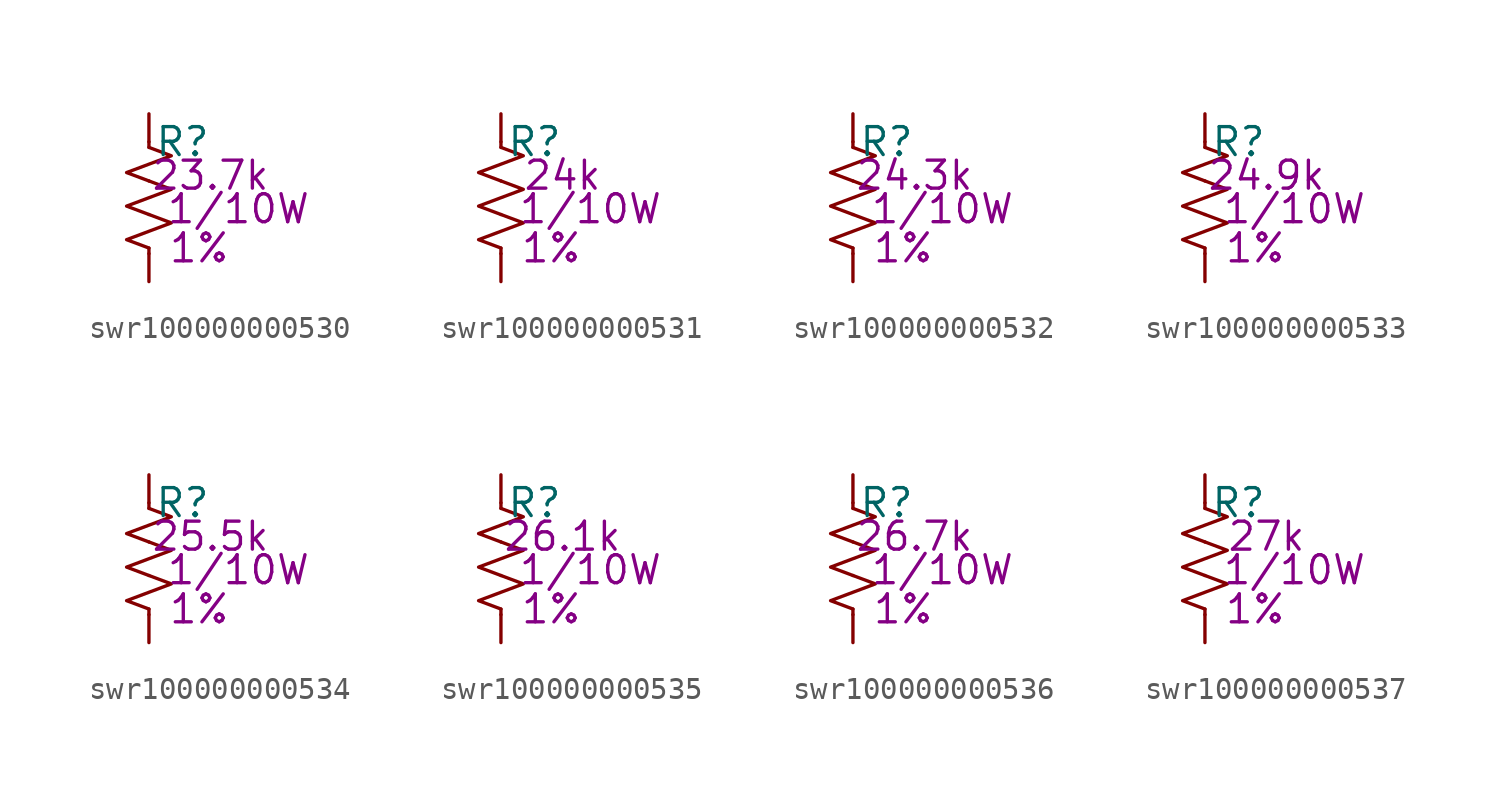
<source format=kicad_sym>
(kicad_symbol_lib
  (version 20211014)
  (generator kicad_symbol_editor)
  (symbol "swr100000000530"
    (pin_numbers hide)
    (pin_names
      (offset 1.016))
    (property "Reference" "R"
      (at 1.524 2.54 0)
      (effects (font (size 1.27 1.27))))
    (property "Tolerance" "1%"
      (at 2.286 -2.286 0)
      (effects (font (size 1.27 1.27))))
    (property "Wattage" "1/10W"
      (at 4.064 -0.508 0)
      (effects (font (size 1.27 1.27))))
    (property "PartValue" "23.7k"
      (at 2.794 1.016 0)
      (effects (font (size 1.27 1.27))))
    (symbol "swr100000000530_1_1"
      (polyline (pts (xy 0 -2.286) (xy 0 -2.54)) (stroke (width 0) (type default) (color 0 0 0 0)) (fill (type none)))
      (polyline (pts (xy 0 2.286) (xy 0 2.54)) (stroke (width 0) (type default) (color 0 0 0 0)) (fill (type none)))
      (polyline (pts (xy 0 -0.762) (xy 1.016 -1.143) (xy 0 -1.524) (xy -1.016 -1.905) (xy 0 -2.286)) (stroke (width 0) (type default) (color 0 0 0 0)) (fill (type none)))
      (polyline (pts (xy 0 0.762) (xy 1.016 0.381) (xy 0 0) (xy -1.016 -0.381) (xy 0 -0.762)) (stroke (width 0) (type default) (color 0 0 0 0)) (fill (type none)))
      (polyline (pts (xy 0 2.286) (xy 1.016 1.905) (xy 0 1.524) (xy -1.016 1.143) (xy 0 0.762)) (stroke (width 0) (type default) (color 0 0 0 0)) (fill (type none)))
      (pin passive line (at 0 3.81 270) (length 1.27) (name "~" (effects (font (size 1.27 1.27)))) (number "1" (effects (font (size 1.27 1.27)))))
      (pin passive line (at 0 -3.81 90) (length 1.27) (name "~" (effects (font (size 1.27 1.27)))) (number "2" (effects (font (size 1.27 1.27)))))))
  (symbol "swr100000000531"
    (pin_numbers hide)
    (pin_names
      (offset 1.016))
    (property "Reference" "R"
      (at 1.524 2.54 0)
      (effects (font (size 1.27 1.27))))
    (property "Tolerance" "1%"
      (at 2.286 -2.286 0)
      (effects (font (size 1.27 1.27))))
    (property "Wattage" "1/10W"
      (at 4.064 -0.508 0)
      (effects (font (size 1.27 1.27))))
    (property "PartValue" "24k"
      (at 2.794 1.016 0)
      (effects (font (size 1.27 1.27))))
    (symbol "swr100000000531_1_1"
      (polyline (pts (xy 0 -2.286) (xy 0 -2.54)) (stroke (width 0) (type default) (color 0 0 0 0)) (fill (type none)))
      (polyline (pts (xy 0 2.286) (xy 0 2.54)) (stroke (width 0) (type default) (color 0 0 0 0)) (fill (type none)))
      (polyline (pts (xy 0 -0.762) (xy 1.016 -1.143) (xy 0 -1.524) (xy -1.016 -1.905) (xy 0 -2.286)) (stroke (width 0) (type default) (color 0 0 0 0)) (fill (type none)))
      (polyline (pts (xy 0 0.762) (xy 1.016 0.381) (xy 0 0) (xy -1.016 -0.381) (xy 0 -0.762)) (stroke (width 0) (type default) (color 0 0 0 0)) (fill (type none)))
      (polyline (pts (xy 0 2.286) (xy 1.016 1.905) (xy 0 1.524) (xy -1.016 1.143) (xy 0 0.762)) (stroke (width 0) (type default) (color 0 0 0 0)) (fill (type none)))
      (pin passive line (at 0 3.81 270) (length 1.27) (name "~" (effects (font (size 1.27 1.27)))) (number "1" (effects (font (size 1.27 1.27)))))
      (pin passive line (at 0 -3.81 90) (length 1.27) (name "~" (effects (font (size 1.27 1.27)))) (number "2" (effects (font (size 1.27 1.27)))))))
  (symbol "swr100000000532"
    (pin_numbers hide)
    (pin_names
      (offset 1.016))
    (property "Reference" "R"
      (at 1.524 2.54 0)
      (effects (font (size 1.27 1.27))))
    (property "Tolerance" "1%"
      (at 2.286 -2.286 0)
      (effects (font (size 1.27 1.27))))
    (property "Wattage" "1/10W"
      (at 4.064 -0.508 0)
      (effects (font (size 1.27 1.27))))
    (property "PartValue" "24.3k"
      (at 2.794 1.016 0)
      (effects (font (size 1.27 1.27))))
    (symbol "swr100000000532_1_1"
      (polyline (pts (xy 0 -2.286) (xy 0 -2.54)) (stroke (width 0) (type default) (color 0 0 0 0)) (fill (type none)))
      (polyline (pts (xy 0 2.286) (xy 0 2.54)) (stroke (width 0) (type default) (color 0 0 0 0)) (fill (type none)))
      (polyline (pts (xy 0 -0.762) (xy 1.016 -1.143) (xy 0 -1.524) (xy -1.016 -1.905) (xy 0 -2.286)) (stroke (width 0) (type default) (color 0 0 0 0)) (fill (type none)))
      (polyline (pts (xy 0 0.762) (xy 1.016 0.381) (xy 0 0) (xy -1.016 -0.381) (xy 0 -0.762)) (stroke (width 0) (type default) (color 0 0 0 0)) (fill (type none)))
      (polyline (pts (xy 0 2.286) (xy 1.016 1.905) (xy 0 1.524) (xy -1.016 1.143) (xy 0 0.762)) (stroke (width 0) (type default) (color 0 0 0 0)) (fill (type none)))
      (pin passive line (at 0 3.81 270) (length 1.27) (name "~" (effects (font (size 1.27 1.27)))) (number "1" (effects (font (size 1.27 1.27)))))
      (pin passive line (at 0 -3.81 90) (length 1.27) (name "~" (effects (font (size 1.27 1.27)))) (number "2" (effects (font (size 1.27 1.27)))))))
  (symbol "swr100000000533"
    (pin_numbers hide)
    (pin_names
      (offset 1.016))
    (property "Reference" "R"
      (at 1.524 2.54 0)
      (effects (font (size 1.27 1.27))))
    (property "Tolerance" "1%"
      (at 2.286 -2.286 0)
      (effects (font (size 1.27 1.27))))
    (property "Wattage" "1/10W"
      (at 4.064 -0.508 0)
      (effects (font (size 1.27 1.27))))
    (property "PartValue" "24.9k"
      (at 2.794 1.016 0)
      (effects (font (size 1.27 1.27))))
    (symbol "swr100000000533_1_1"
      (polyline (pts (xy 0 -2.286) (xy 0 -2.54)) (stroke (width 0) (type default) (color 0 0 0 0)) (fill (type none)))
      (polyline (pts (xy 0 2.286) (xy 0 2.54)) (stroke (width 0) (type default) (color 0 0 0 0)) (fill (type none)))
      (polyline (pts (xy 0 -0.762) (xy 1.016 -1.143) (xy 0 -1.524) (xy -1.016 -1.905) (xy 0 -2.286)) (stroke (width 0) (type default) (color 0 0 0 0)) (fill (type none)))
      (polyline (pts (xy 0 0.762) (xy 1.016 0.381) (xy 0 0) (xy -1.016 -0.381) (xy 0 -0.762)) (stroke (width 0) (type default) (color 0 0 0 0)) (fill (type none)))
      (polyline (pts (xy 0 2.286) (xy 1.016 1.905) (xy 0 1.524) (xy -1.016 1.143) (xy 0 0.762)) (stroke (width 0) (type default) (color 0 0 0 0)) (fill (type none)))
      (pin passive line (at 0 3.81 270) (length 1.27) (name "~" (effects (font (size 1.27 1.27)))) (number "1" (effects (font (size 1.27 1.27)))))
      (pin passive line (at 0 -3.81 90) (length 1.27) (name "~" (effects (font (size 1.27 1.27)))) (number "2" (effects (font (size 1.27 1.27)))))))
  (symbol "swr100000000534"
    (pin_numbers hide)
    (pin_names
      (offset 1.016))
    (property "Reference" "R"
      (at 1.524 2.54 0)
      (effects (font (size 1.27 1.27))))
    (property "Tolerance" "1%"
      (at 2.286 -2.286 0)
      (effects (font (size 1.27 1.27))))
    (property "Wattage" "1/10W"
      (at 4.064 -0.508 0)
      (effects (font (size 1.27 1.27))))
    (property "PartValue" "25.5k"
      (at 2.794 1.016 0)
      (effects (font (size 1.27 1.27))))
    (symbol "swr100000000534_1_1"
      (polyline (pts (xy 0 -2.286) (xy 0 -2.54)) (stroke (width 0) (type default) (color 0 0 0 0)) (fill (type none)))
      (polyline (pts (xy 0 2.286) (xy 0 2.54)) (stroke (width 0) (type default) (color 0 0 0 0)) (fill (type none)))
      (polyline (pts (xy 0 -0.762) (xy 1.016 -1.143) (xy 0 -1.524) (xy -1.016 -1.905) (xy 0 -2.286)) (stroke (width 0) (type default) (color 0 0 0 0)) (fill (type none)))
      (polyline (pts (xy 0 0.762) (xy 1.016 0.381) (xy 0 0) (xy -1.016 -0.381) (xy 0 -0.762)) (stroke (width 0) (type default) (color 0 0 0 0)) (fill (type none)))
      (polyline (pts (xy 0 2.286) (xy 1.016 1.905) (xy 0 1.524) (xy -1.016 1.143) (xy 0 0.762)) (stroke (width 0) (type default) (color 0 0 0 0)) (fill (type none)))
      (pin passive line (at 0 3.81 270) (length 1.27) (name "~" (effects (font (size 1.27 1.27)))) (number "1" (effects (font (size 1.27 1.27)))))
      (pin passive line (at 0 -3.81 90) (length 1.27) (name "~" (effects (font (size 1.27 1.27)))) (number "2" (effects (font (size 1.27 1.27)))))))
  (symbol "swr100000000535"
    (pin_numbers hide)
    (pin_names
      (offset 1.016))
    (property "Reference" "R"
      (at 1.524 2.54 0)
      (effects (font (size 1.27 1.27))))
    (property "Tolerance" "1%"
      (at 2.286 -2.286 0)
      (effects (font (size 1.27 1.27))))
    (property "Wattage" "1/10W"
      (at 4.064 -0.508 0)
      (effects (font (size 1.27 1.27))))
    (property "PartValue" "26.1k"
      (at 2.794 1.016 0)
      (effects (font (size 1.27 1.27))))
    (symbol "swr100000000535_1_1"
      (polyline (pts (xy 0 -2.286) (xy 0 -2.54)) (stroke (width 0) (type default) (color 0 0 0 0)) (fill (type none)))
      (polyline (pts (xy 0 2.286) (xy 0 2.54)) (stroke (width 0) (type default) (color 0 0 0 0)) (fill (type none)))
      (polyline (pts (xy 0 -0.762) (xy 1.016 -1.143) (xy 0 -1.524) (xy -1.016 -1.905) (xy 0 -2.286)) (stroke (width 0) (type default) (color 0 0 0 0)) (fill (type none)))
      (polyline (pts (xy 0 0.762) (xy 1.016 0.381) (xy 0 0) (xy -1.016 -0.381) (xy 0 -0.762)) (stroke (width 0) (type default) (color 0 0 0 0)) (fill (type none)))
      (polyline (pts (xy 0 2.286) (xy 1.016 1.905) (xy 0 1.524) (xy -1.016 1.143) (xy 0 0.762)) (stroke (width 0) (type default) (color 0 0 0 0)) (fill (type none)))
      (pin passive line (at 0 3.81 270) (length 1.27) (name "~" (effects (font (size 1.27 1.27)))) (number "1" (effects (font (size 1.27 1.27)))))
      (pin passive line (at 0 -3.81 90) (length 1.27) (name "~" (effects (font (size 1.27 1.27)))) (number "2" (effects (font (size 1.27 1.27)))))))
  (symbol "swr100000000536"
    (pin_numbers hide)
    (pin_names
      (offset 1.016))
    (property "Reference" "R"
      (at 1.524 2.54 0)
      (effects (font (size 1.27 1.27))))
    (property "Tolerance" "1%"
      (at 2.286 -2.286 0)
      (effects (font (size 1.27 1.27))))
    (property "Wattage" "1/10W"
      (at 4.064 -0.508 0)
      (effects (font (size 1.27 1.27))))
    (property "PartValue" "26.7k"
      (at 2.794 1.016 0)
      (effects (font (size 1.27 1.27))))
    (symbol "swr100000000536_1_1"
      (polyline (pts (xy 0 -2.286) (xy 0 -2.54)) (stroke (width 0) (type default) (color 0 0 0 0)) (fill (type none)))
      (polyline (pts (xy 0 2.286) (xy 0 2.54)) (stroke (width 0) (type default) (color 0 0 0 0)) (fill (type none)))
      (polyline (pts (xy 0 -0.762) (xy 1.016 -1.143) (xy 0 -1.524) (xy -1.016 -1.905) (xy 0 -2.286)) (stroke (width 0) (type default) (color 0 0 0 0)) (fill (type none)))
      (polyline (pts (xy 0 0.762) (xy 1.016 0.381) (xy 0 0) (xy -1.016 -0.381) (xy 0 -0.762)) (stroke (width 0) (type default) (color 0 0 0 0)) (fill (type none)))
      (polyline (pts (xy 0 2.286) (xy 1.016 1.905) (xy 0 1.524) (xy -1.016 1.143) (xy 0 0.762)) (stroke (width 0) (type default) (color 0 0 0 0)) (fill (type none)))
      (pin passive line (at 0 3.81 270) (length 1.27) (name "~" (effects (font (size 1.27 1.27)))) (number "1" (effects (font (size 1.27 1.27)))))
      (pin passive line (at 0 -3.81 90) (length 1.27) (name "~" (effects (font (size 1.27 1.27)))) (number "2" (effects (font (size 1.27 1.27)))))))
  (symbol "swr100000000537"
    (pin_numbers hide)
    (pin_names
      (offset 1.016))
    (property "Reference" "R"
      (at 1.524 2.54 0)
      (effects (font (size 1.27 1.27))))
    (property "Tolerance" "1%"
      (at 2.286 -2.286 0)
      (effects (font (size 1.27 1.27))))
    (property "Wattage" "1/10W"
      (at 4.064 -0.508 0)
      (effects (font (size 1.27 1.27))))
    (property "PartValue" "27k"
      (at 2.794 1.016 0)
      (effects (font (size 1.27 1.27))))
    (symbol "swr100000000537_1_1"
      (polyline (pts (xy 0 -2.286) (xy 0 -2.54)) (stroke (width 0) (type default) (color 0 0 0 0)) (fill (type none)))
      (polyline (pts (xy 0 2.286) (xy 0 2.54)) (stroke (width 0) (type default) (color 0 0 0 0)) (fill (type none)))
      (polyline (pts (xy 0 -0.762) (xy 1.016 -1.143) (xy 0 -1.524) (xy -1.016 -1.905) (xy 0 -2.286)) (stroke (width 0) (type default) (color 0 0 0 0)) (fill (type none)))
      (polyline (pts (xy 0 0.762) (xy 1.016 0.381) (xy 0 0) (xy -1.016 -0.381) (xy 0 -0.762)) (stroke (width 0) (type default) (color 0 0 0 0)) (fill (type none)))
      (polyline (pts (xy 0 2.286) (xy 1.016 1.905) (xy 0 1.524) (xy -1.016 1.143) (xy 0 0.762)) (stroke (width 0) (type default) (color 0 0 0 0)) (fill (type none)))
      (pin passive line (at 0 3.81 270) (length 1.27) (name "~" (effects (font (size 1.27 1.27)))) (number "1" (effects (font (size 1.27 1.27)))))
      (pin passive line (at 0 -3.81 90) (length 1.27) (name "~" (effects (font (size 1.27 1.27)))) (number "2" (effects (font (size 1.27 1.27))))))))
</source>
